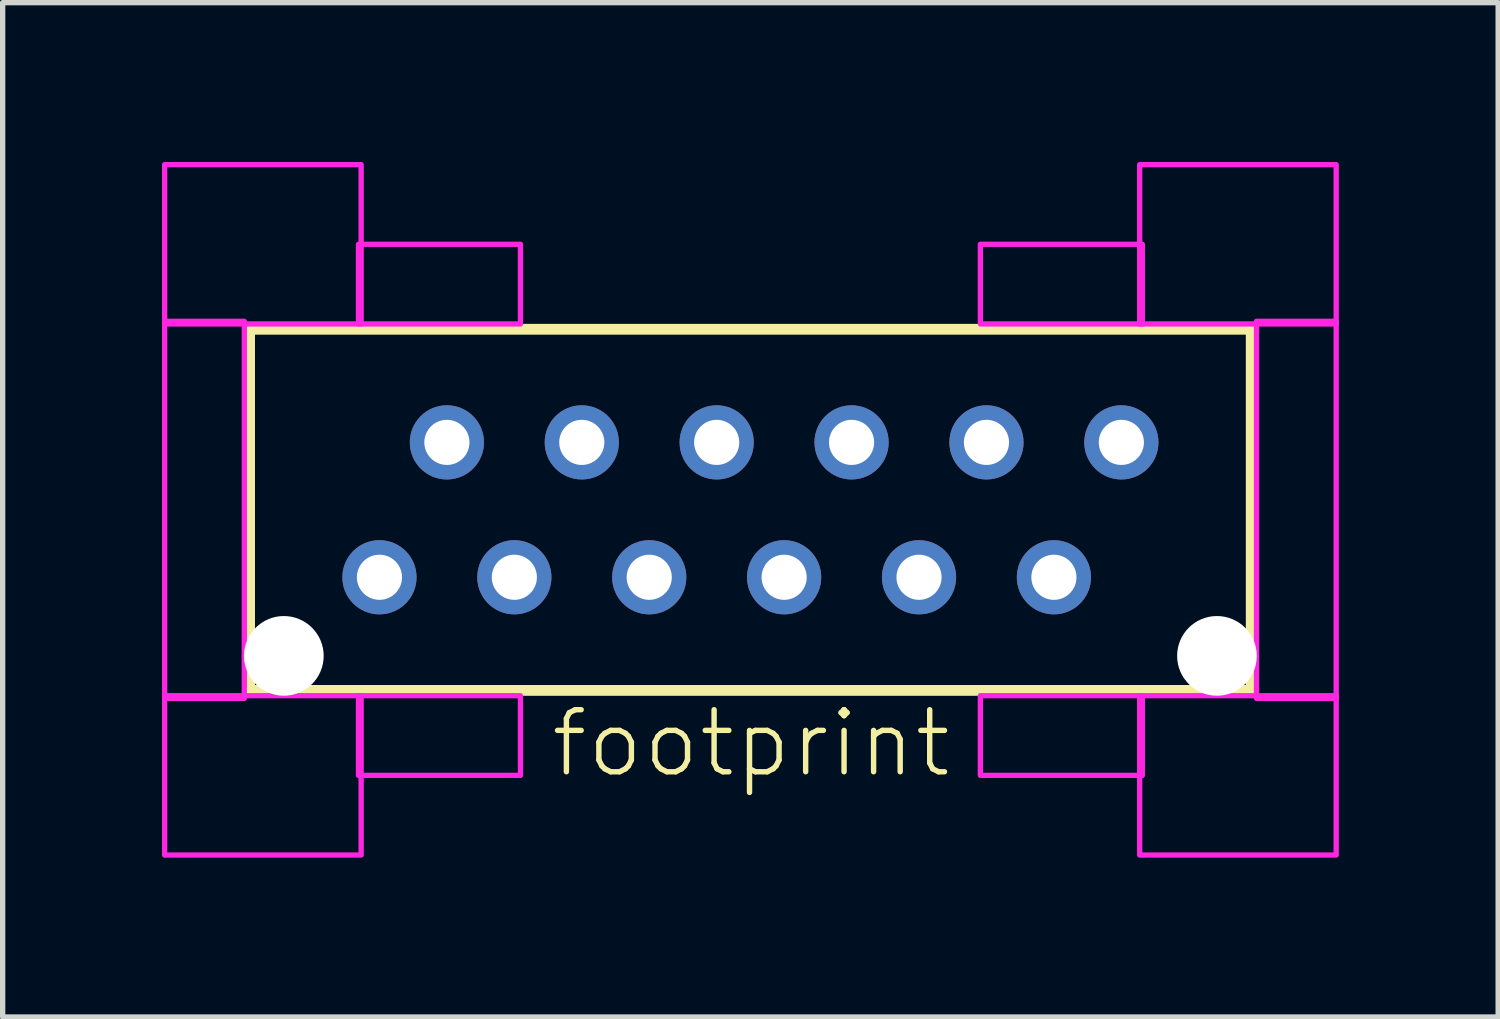
<source format=kicad_pcb>
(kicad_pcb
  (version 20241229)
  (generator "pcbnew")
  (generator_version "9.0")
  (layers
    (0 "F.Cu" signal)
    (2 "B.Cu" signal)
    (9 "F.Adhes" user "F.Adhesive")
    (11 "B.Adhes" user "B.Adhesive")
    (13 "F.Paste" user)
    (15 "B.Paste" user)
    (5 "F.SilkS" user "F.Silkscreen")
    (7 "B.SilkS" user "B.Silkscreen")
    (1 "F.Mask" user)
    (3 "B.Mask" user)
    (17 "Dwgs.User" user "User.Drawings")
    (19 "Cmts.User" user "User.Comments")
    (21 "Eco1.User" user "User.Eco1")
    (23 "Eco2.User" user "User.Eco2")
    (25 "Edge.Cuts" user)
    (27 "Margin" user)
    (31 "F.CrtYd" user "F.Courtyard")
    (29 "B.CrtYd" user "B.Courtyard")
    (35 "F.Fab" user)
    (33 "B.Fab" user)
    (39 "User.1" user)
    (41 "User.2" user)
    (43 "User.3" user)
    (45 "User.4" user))
  (footprint "footprint"
    (layer "F.Cu")
    (at 11.08 6.55)
    (property "Reference" "footprint" (at -3.81 5.08 0) (layer "F.SilkS") (effects (font (size 1.168 1.168) (thickness 0.102)) (justify left bottom)))
    (fp_line (start -9.43 -3.4) (end 9.43 -3.4) (stroke (width 0.203) (type solid)) (layer "F.SilkS"))
    (fp_line (start -9.43 3.4) (end -9.43 -3.4) (stroke (width 0.203) (type solid)) (layer "F.SilkS"))
    (fp_line (start 9.43 -3.4) (end 9.43 3.4) (stroke (width 0.203) (type solid)) (layer "F.SilkS"))
    (fp_line (start 9.43 3.4) (end -9.43 3.4) (stroke (width 0.203) (type solid)) (layer "F.SilkS"))
    (fp_poly (pts (xy -11.03 -3.5) (xy -7.33 -3.5) (xy -7.33 -6.5) (xy -11.03 -6.5)) (stroke (width 0.1) (type solid)) (fill no) (layer "F.CrtYd"))
    (fp_poly (pts (xy -11.03 3.55) (xy -9.53 3.55) (xy -9.53 -3.55) (xy -11.03 -3.55)) (stroke (width 0.1) (type solid)) (fill no) (layer "F.CrtYd"))
    (fp_poly (pts (xy -11.03 6.5) (xy -7.33 6.5) (xy -7.33 3.5) (xy -11.03 3.5)) (stroke (width 0.1) (type solid)) (fill no) (layer "F.CrtYd"))
    (fp_poly (pts (xy -7.38 -3.5) (xy -4.33 -3.5) (xy -4.33 -5) (xy -7.38 -5)) (stroke (width 0.1) (type solid)) (fill no) (layer "F.CrtYd"))
    (fp_poly (pts (xy -7.38 5) (xy -4.33 5) (xy -4.33 3.5) (xy -7.38 3.5)) (stroke (width 0.1) (type solid)) (fill no) (layer "F.CrtYd"))
    (fp_poly (pts (xy 4.33 -3.5) (xy 7.38 -3.5) (xy 7.38 -5) (xy 4.33 -5)) (stroke (width 0.1) (type solid)) (fill no) (layer "F.CrtYd"))
    (fp_poly (pts (xy 4.33 5) (xy 7.38 5) (xy 7.38 3.5) (xy 4.33 3.5)) (stroke (width 0.1) (type solid)) (fill no) (layer "F.CrtYd"))
    (fp_poly (pts (xy 7.33 -3.5) (xy 11.03 -3.5) (xy 11.03 -6.5) (xy 7.33 -6.5)) (stroke (width 0.1) (type solid)) (fill no) (layer "F.CrtYd"))
    (fp_poly (pts (xy 7.33 6.5) (xy 11.03 6.5) (xy 11.03 3.5) (xy 7.33 3.5)) (stroke (width 0.1) (type solid)) (fill no) (layer "F.CrtYd"))
    (fp_poly (pts (xy 9.53 3.55) (xy 11.03 3.55) (xy 11.03 -3.55) (xy 9.53 -3.55)) (stroke (width 0.1) (type solid)) (fill no) (layer "F.CrtYd"))
    (pad "" np_thru_hole circle (at -8.785 2.75) (size 1.5 1.5) (drill 1.5) (layers "*.Cu" "*.Mask"))
    (pad "" np_thru_hole circle (at 8.785 2.75) (size 1.5 1.5) (drill 1.5) (layers "*.Cu" "*.Mask"))
    (pad "1" thru_hole circle (at -6.985 1.27) (size 1.397 1.397) (drill 0.85) (layers "*.Cu" "*.Mask"))
    (pad "2" thru_hole circle (at -5.715 -1.27) (size 1.397 1.397) (drill 0.85) (layers "*.Cu" "*.Mask"))
    (pad "3" thru_hole circle (at -4.445 1.27) (size 1.397 1.397) (drill 0.85) (layers "*.Cu" "*.Mask"))
    (pad "4" thru_hole circle (at -3.175 -1.27) (size 1.397 1.397) (drill 0.85) (layers "*.Cu" "*.Mask"))
    (pad "5" thru_hole circle (at -1.905 1.27) (size 1.397 1.397) (drill 0.85) (layers "*.Cu" "*.Mask"))
    (pad "6" thru_hole circle (at -0.635 -1.27) (size 1.397 1.397) (drill 0.85) (layers "*.Cu" "*.Mask"))
    (pad "7" thru_hole circle (at 0.635 1.27) (size 1.397 1.397) (drill 0.85) (layers "*.Cu" "*.Mask"))
    (pad "8" thru_hole circle (at 1.905 -1.27) (size 1.397 1.397) (drill 0.85) (layers "*.Cu" "*.Mask"))
    (pad "9" thru_hole circle (at 3.175 1.27) (size 1.397 1.397) (drill 0.85) (layers "*.Cu" "*.Mask"))
    (pad "10" thru_hole circle (at 4.445 -1.27) (size 1.397 1.397) (drill 0.85) (layers "*.Cu" "*.Mask"))
    (pad "11" thru_hole circle (at 5.715 1.27) (size 1.397 1.397) (drill 0.85) (layers "*.Cu" "*.Mask"))
    (pad "12" thru_hole circle (at 6.985 -1.27) (size 1.397 1.397) (drill 0.85) (layers "*.Cu" "*.Mask")))
  (gr_rect
    (start -3 -3)
    (end 25.16 16.1)
    (stroke (width 0.1) (type default))
    (fill no)
    (layer "Edge.Cuts")))
</source>
